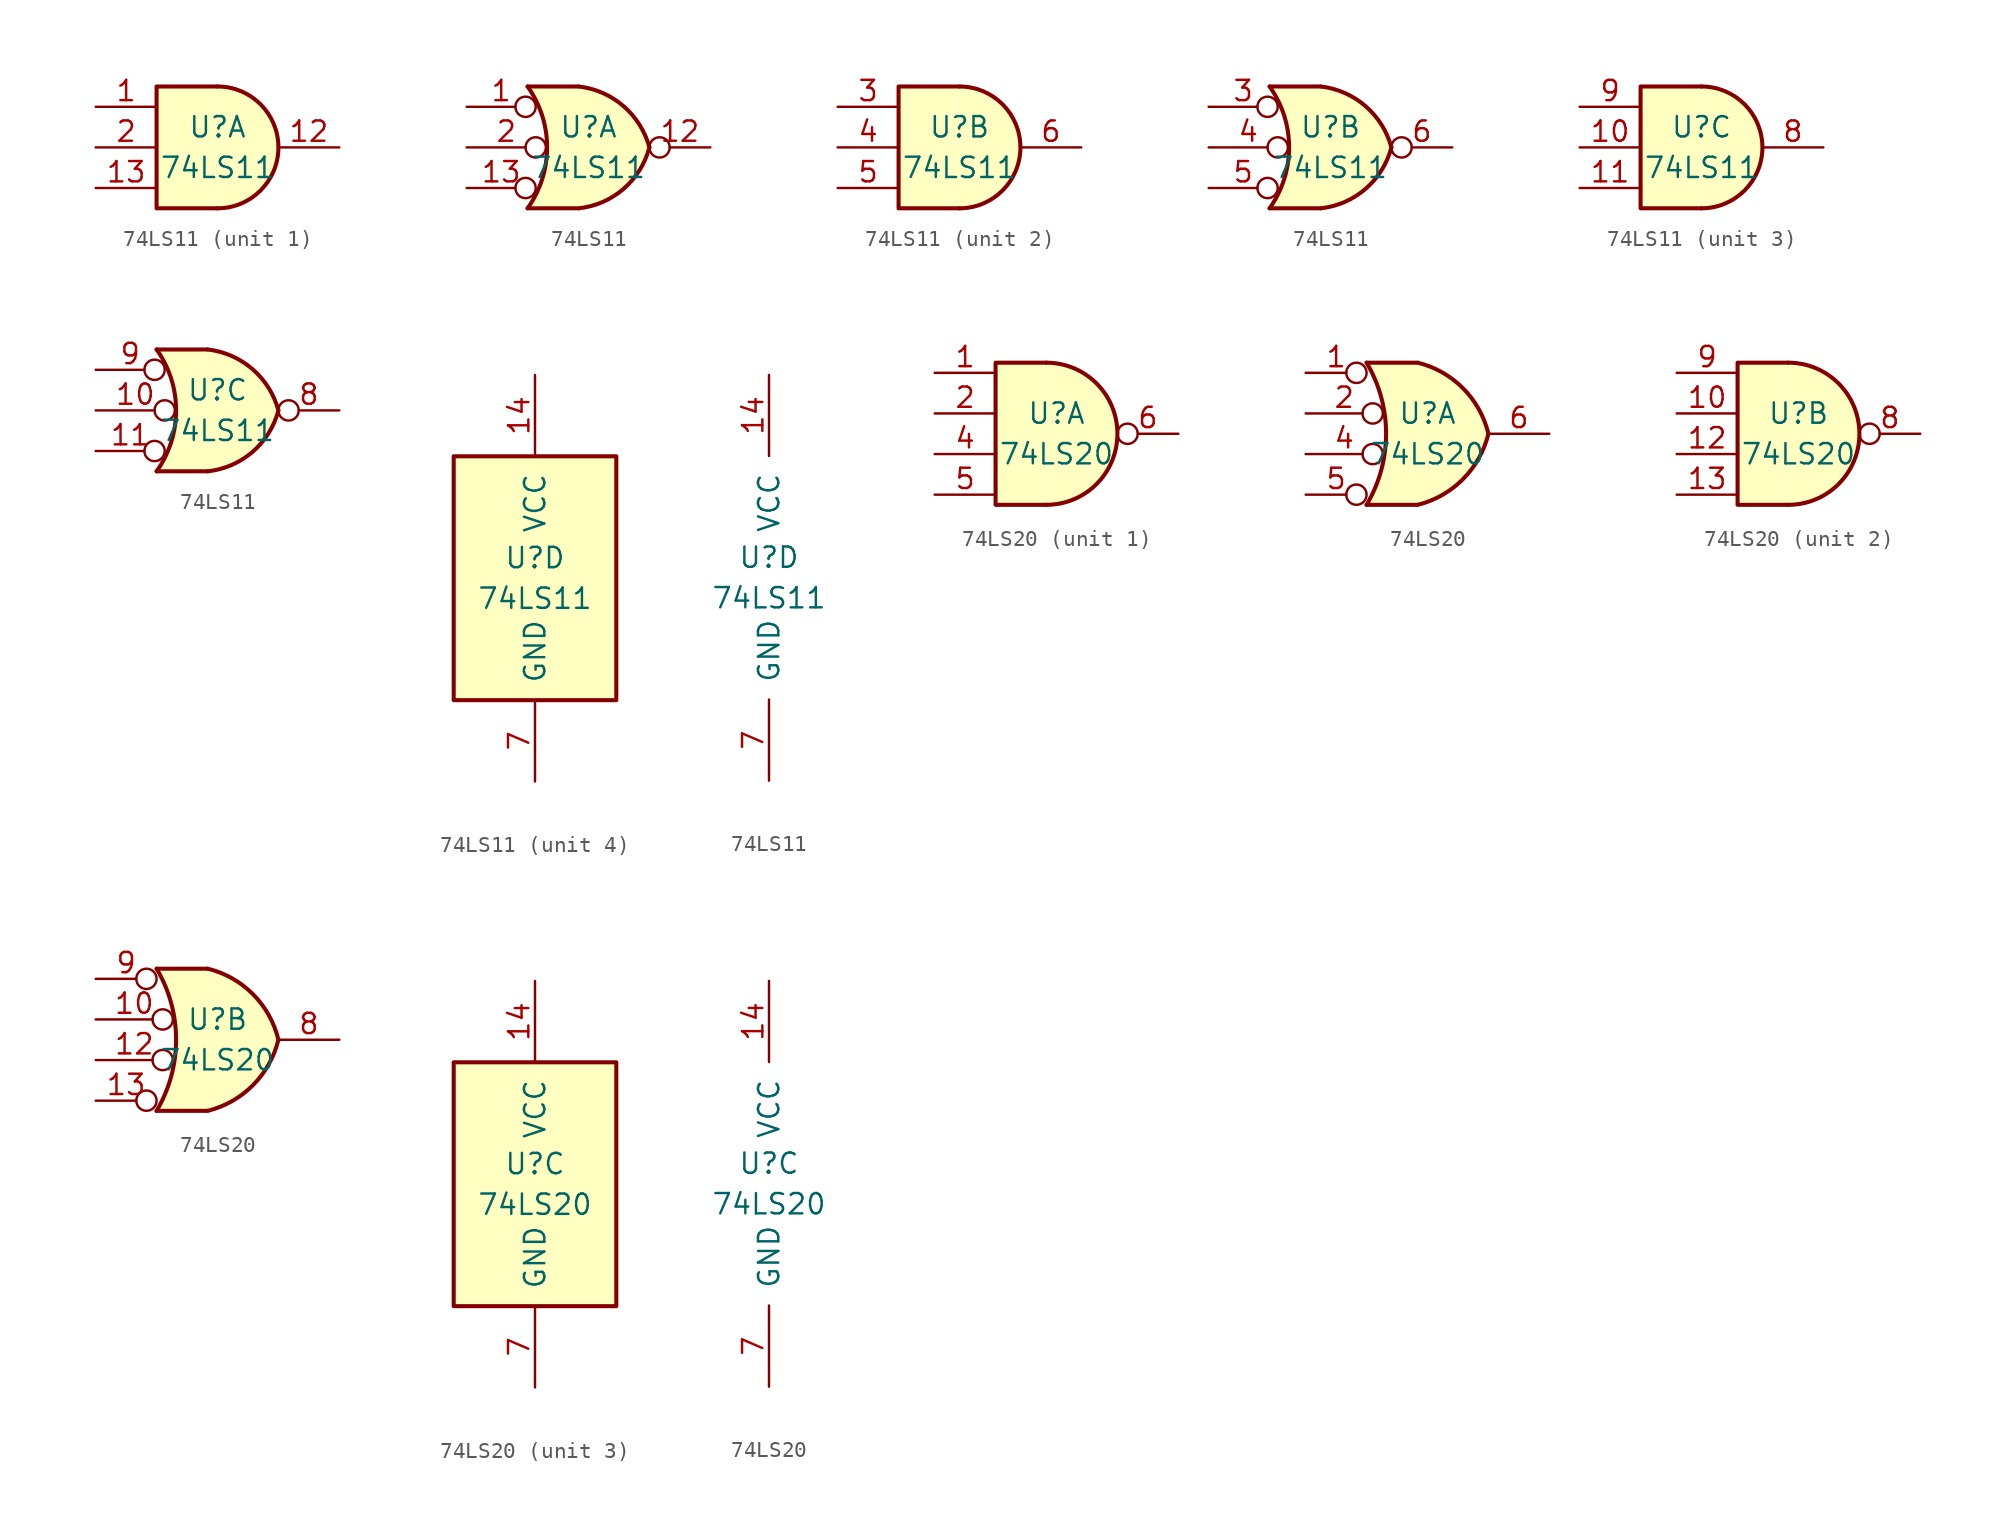
<source format=kicad_sym>
(kicad_symbol_lib
  (version 20241209)
  (generator "kicad_symbol_editor")
  (generator_version "9.0")
  (symbol "74LS11"
    (pin_names
      (offset 1.016))
    (property "Reference" "U"
      (at 0 1.27 0)
      (effects (font (size 1.27 1.27))))
    (property "Value" "74LS11"
      (at 0 -1.27 0)
      (effects (font (size 1.27 1.27))))
    (property "ki_locked" ""
      (at 0 0 0)
      (effects (font (size 1.27 1.27))))
    (symbol "74LS11_1_1"
      (polyline (pts (xy 0 3.81) (xy -3.81 3.81) (xy -3.81 -3.81) (xy 0 -3.81)) (stroke (width 0.254) (type solid)) (fill (type background)))
      (arc (start 0 3.81) (mid 3.81 0) (end 0 -3.81) (stroke (width 0.254) (type solid)) (fill (type background)))
      (pin input line (at -7.62 2.54 0) (length 3.81) (name "~" (effects (font (size 1.27 1.27)))) (number "1" (effects (font (size 1.27 1.27)))))
      (pin input line (at -7.62 0 0) (length 3.81) (name "~" (effects (font (size 1.27 1.27)))) (number "2" (effects (font (size 1.27 1.27)))))
      (pin input line (at -7.62 -2.54 0) (length 3.81) (name "~" (effects (font (size 1.27 1.27)))) (number "13" (effects (font (size 1.27 1.27)))))
      (pin output line (at 7.62 0 180) (length 3.81) (name "~" (effects (font (size 1.27 1.27)))) (number "12" (effects (font (size 1.27 1.27))))))
    (symbol "74LS11_1_2"
      (arc (start -3.81 3.81) (mid -2.589 0) (end -3.81 -3.81) (stroke (width 0.254) (type solid)) (fill (type none)))
      (polyline (pts (xy -3.81 3.81) (xy -0.635 3.81)) (stroke (width 0.254) (type solid)) (fill (type background)))
      (polyline (pts (xy -3.81 -3.81) (xy -0.635 -3.81)) (stroke (width 0.254) (type solid)) (fill (type background)))
      (arc (start 3.81 0) (mid 2.1915 -2.5936) (end -0.6096 -3.81) (stroke (width 0.254) (type solid)) (fill (type background)))
      (arc (start -0.6096 3.81) (mid 2.1842 2.5851) (end 3.81 0) (stroke (width 0.254) (type solid)) (fill (type background)))
      (polyline (pts (xy -0.635 3.81) (xy -3.81 3.81) (xy -3.81 3.81) (xy -3.556 3.404) (xy -3.023 2.261) (xy -2.692 1.041) (xy -2.616 -0.254) (xy -2.769 -1.499) (xy -3.175 -2.718) (xy -3.81 -3.81) (xy -3.81 -3.81) (xy -0.635 -3.81)) (stroke (width -25.4) (type solid)) (fill (type background)))
      (pin input inverted (at -7.62 2.54 0) (length 4.318) (name "~" (effects (font (size 1.27 1.27)))) (number "1" (effects (font (size 1.27 1.27)))))
      (pin input inverted (at -7.62 0 0) (length 4.953) (name "~" (effects (font (size 1.27 1.27)))) (number "2" (effects (font (size 1.27 1.27)))))
      (pin input inverted (at -7.62 -2.54 0) (length 4.318) (name "~" (effects (font (size 1.27 1.27)))) (number "13" (effects (font (size 1.27 1.27)))))
      (pin output inverted (at 7.62 0 180) (length 3.81) (name "~" (effects (font (size 1.27 1.27)))) (number "12" (effects (font (size 1.27 1.27))))))
    (symbol "74LS11_2_1"
      (polyline (pts (xy 0 3.81) (xy -3.81 3.81) (xy -3.81 -3.81) (xy 0 -3.81)) (stroke (width 0.254) (type solid)) (fill (type background)))
      (arc (start 0 3.81) (mid 3.81 0) (end 0 -3.81) (stroke (width 0.254) (type solid)) (fill (type background)))
      (pin input line (at -7.62 2.54 0) (length 3.81) (name "~" (effects (font (size 1.27 1.27)))) (number "3" (effects (font (size 1.27 1.27)))))
      (pin input line (at -7.62 0 0) (length 3.81) (name "~" (effects (font (size 1.27 1.27)))) (number "4" (effects (font (size 1.27 1.27)))))
      (pin input line (at -7.62 -2.54 0) (length 3.81) (name "~" (effects (font (size 1.27 1.27)))) (number "5" (effects (font (size 1.27 1.27)))))
      (pin output line (at 7.62 0 180) (length 3.81) (name "~" (effects (font (size 1.27 1.27)))) (number "6" (effects (font (size 1.27 1.27))))))
    (symbol "74LS11_2_2"
      (arc (start -3.81 3.81) (mid -2.589 0) (end -3.81 -3.81) (stroke (width 0.254) (type solid)) (fill (type none)))
      (polyline (pts (xy -3.81 3.81) (xy -0.635 3.81)) (stroke (width 0.254) (type solid)) (fill (type background)))
      (polyline (pts (xy -3.81 -3.81) (xy -0.635 -3.81)) (stroke (width 0.254) (type solid)) (fill (type background)))
      (arc (start 3.81 0) (mid 2.1915 -2.5936) (end -0.6096 -3.81) (stroke (width 0.254) (type solid)) (fill (type background)))
      (arc (start -0.6096 3.81) (mid 2.1842 2.5851) (end 3.81 0) (stroke (width 0.254) (type solid)) (fill (type background)))
      (polyline (pts (xy -0.635 3.81) (xy -3.81 3.81) (xy -3.81 3.81) (xy -3.556 3.404) (xy -3.023 2.261) (xy -2.692 1.041) (xy -2.616 -0.254) (xy -2.769 -1.499) (xy -3.175 -2.718) (xy -3.81 -3.81) (xy -3.81 -3.81) (xy -0.635 -3.81)) (stroke (width -25.4) (type solid)) (fill (type background)))
      (pin input inverted (at -7.62 2.54 0) (length 4.318) (name "~" (effects (font (size 1.27 1.27)))) (number "3" (effects (font (size 1.27 1.27)))))
      (pin input inverted (at -7.62 0 0) (length 4.953) (name "~" (effects (font (size 1.27 1.27)))) (number "4" (effects (font (size 1.27 1.27)))))
      (pin input inverted (at -7.62 -2.54 0) (length 4.318) (name "~" (effects (font (size 1.27 1.27)))) (number "5" (effects (font (size 1.27 1.27)))))
      (pin output inverted (at 7.62 0 180) (length 3.81) (name "~" (effects (font (size 1.27 1.27)))) (number "6" (effects (font (size 1.27 1.27))))))
    (symbol "74LS11_3_1"
      (polyline (pts (xy 0 3.81) (xy -3.81 3.81) (xy -3.81 -3.81) (xy 0 -3.81)) (stroke (width 0.254) (type solid)) (fill (type background)))
      (arc (start 0 3.81) (mid 3.81 0) (end 0 -3.81) (stroke (width 0.254) (type solid)) (fill (type background)))
      (pin input line (at -7.62 2.54 0) (length 3.81) (name "~" (effects (font (size 1.27 1.27)))) (number "9" (effects (font (size 1.27 1.27)))))
      (pin input line (at -7.62 0 0) (length 3.81) (name "~" (effects (font (size 1.27 1.27)))) (number "10" (effects (font (size 1.27 1.27)))))
      (pin input line (at -7.62 -2.54 0) (length 3.81) (name "~" (effects (font (size 1.27 1.27)))) (number "11" (effects (font (size 1.27 1.27)))))
      (pin output line (at 7.62 0 180) (length 3.81) (name "~" (effects (font (size 1.27 1.27)))) (number "8" (effects (font (size 1.27 1.27))))))
    (symbol "74LS11_3_2"
      (arc (start -3.81 3.81) (mid -2.589 0) (end -3.81 -3.81) (stroke (width 0.254) (type solid)) (fill (type none)))
      (polyline (pts (xy -3.81 3.81) (xy -0.635 3.81)) (stroke (width 0.254) (type solid)) (fill (type background)))
      (polyline (pts (xy -3.81 -3.81) (xy -0.635 -3.81)) (stroke (width 0.254) (type solid)) (fill (type background)))
      (arc (start 3.81 0) (mid 2.1915 -2.5936) (end -0.6096 -3.81) (stroke (width 0.254) (type solid)) (fill (type background)))
      (arc (start -0.6096 3.81) (mid 2.1842 2.5851) (end 3.81 0) (stroke (width 0.254) (type solid)) (fill (type background)))
      (polyline (pts (xy -0.635 3.81) (xy -3.81 3.81) (xy -3.81 3.81) (xy -3.556 3.404) (xy -3.023 2.261) (xy -2.692 1.041) (xy -2.616 -0.254) (xy -2.769 -1.499) (xy -3.175 -2.718) (xy -3.81 -3.81) (xy -3.81 -3.81) (xy -0.635 -3.81)) (stroke (width -25.4) (type solid)) (fill (type background)))
      (pin input inverted (at -7.62 2.54 0) (length 4.318) (name "~" (effects (font (size 1.27 1.27)))) (number "9" (effects (font (size 1.27 1.27)))))
      (pin input inverted (at -7.62 0 0) (length 4.953) (name "~" (effects (font (size 1.27 1.27)))) (number "10" (effects (font (size 1.27 1.27)))))
      (pin input inverted (at -7.62 -2.54 0) (length 4.318) (name "~" (effects (font (size 1.27 1.27)))) (number "11" (effects (font (size 1.27 1.27)))))
      (pin output inverted (at 7.62 0 180) (length 3.81) (name "~" (effects (font (size 1.27 1.27)))) (number "8" (effects (font (size 1.27 1.27))))))
    (symbol "74LS11_4_0"
      (pin power_in line (at 0 12.7 270) (length 5.08) (name "VCC" (effects (font (size 1.27 1.27)))) (number "14" (effects (font (size 1.27 1.27)))))
      (pin power_in line (at 0 -12.7 90) (length 5.08) (name "GND" (effects (font (size 1.27 1.27)))) (number "7" (effects (font (size 1.27 1.27))))))
    (symbol "74LS11_4_1"
      (rectangle (start -5.08 7.62) (end 5.08 -7.62) (stroke (width 0.254) (type solid)) (fill (type background)))))
  (symbol "74LS20"
    (pin_names
      (offset 1.016))
    (property "Reference" "U"
      (at 0 1.27 0)
      (effects (font (size 1.27 1.27))))
    (property "Value" "74LS20"
      (at 0 -1.27 0)
      (effects (font (size 1.27 1.27))))
    (property "ki_locked" ""
      (at 0 0 0)
      (effects (font (size 1.27 1.27))))
    (symbol "74LS20_1_1"
      (polyline (pts (xy -0.635 4.445) (xy -3.81 4.445) (xy -3.81 -4.445) (xy -0.635 -4.445)) (stroke (width 0.254) (type solid)) (fill (type background)))
      (arc (start -0.635 4.445) (mid 3.81 0) (end -0.635 -4.445) (stroke (width 0.254) (type solid)) (fill (type background)))
      (pin input line (at -7.62 3.81 0) (length 3.81) (name "~" (effects (font (size 1.27 1.27)))) (number "1" (effects (font (size 1.27 1.27)))))
      (pin input line (at -7.62 1.27 0) (length 3.81) (name "~" (effects (font (size 1.27 1.27)))) (number "2" (effects (font (size 1.27 1.27)))))
      (pin input line (at -7.62 -1.27 0) (length 3.81) (name "~" (effects (font (size 1.27 1.27)))) (number "4" (effects (font (size 1.27 1.27)))))
      (pin input line (at -7.62 -3.81 0) (length 3.81) (name "~" (effects (font (size 1.27 1.27)))) (number "5" (effects (font (size 1.27 1.27)))))
      (pin output inverted (at 7.62 0 180) (length 3.81) (name "~" (effects (font (size 1.27 1.27)))) (number "6" (effects (font (size 1.27 1.27))))))
    (symbol "74LS20_1_2"
      (arc (start -3.81 4.445) (mid -2.5908 0) (end -3.81 -4.445) (stroke (width 0.254) (type solid)) (fill (type none)))
      (polyline (pts (xy -3.81 4.445) (xy -0.635 4.445)) (stroke (width 0.254) (type solid)) (fill (type background)))
      (polyline (pts (xy -3.81 -4.445) (xy -0.635 -4.445)) (stroke (width 0.254) (type solid)) (fill (type background)))
      (arc (start 3.81 0) (mid 2.2204 -2.8379) (end -0.6096 -4.445) (stroke (width 0.254) (type solid)) (fill (type background)))
      (arc (start -0.6096 4.445) (mid 2.2246 2.8422) (end 3.81 0) (stroke (width 0.254) (type solid)) (fill (type background)))
      (polyline (pts (xy -0.635 4.445) (xy -3.81 4.445) (xy -3.81 4.445) (xy -3.632 4.089) (xy -3.099 2.921) (xy -2.769 1.676) (xy -2.616 0.432) (xy -2.642 -0.864) (xy -2.87 -2.108) (xy -3.251 -3.327) (xy -3.81 -4.445) (xy -3.81 -4.445) (xy -0.635 -4.445)) (stroke (width -25.4) (type solid)) (fill (type background)))
      (pin input inverted (at -7.62 3.81 0) (length 3.81) (name "~" (effects (font (size 1.27 1.27)))) (number "1" (effects (font (size 1.27 1.27)))))
      (pin input inverted (at -7.62 1.27 0) (length 4.826) (name "~" (effects (font (size 1.27 1.27)))) (number "2" (effects (font (size 1.27 1.27)))))
      (pin input inverted (at -7.62 -1.27 0) (length 4.826) (name "~" (effects (font (size 1.27 1.27)))) (number "4" (effects (font (size 1.27 1.27)))))
      (pin input inverted (at -7.62 -3.81 0) (length 3.81) (name "~" (effects (font (size 1.27 1.27)))) (number "5" (effects (font (size 1.27 1.27)))))
      (pin output line (at 7.62 0 180) (length 3.81) (name "~" (effects (font (size 1.27 1.27)))) (number "6" (effects (font (size 1.27 1.27))))))
    (symbol "74LS20_2_1"
      (polyline (pts (xy -0.635 4.445) (xy -3.81 4.445) (xy -3.81 -4.445) (xy -0.635 -4.445)) (stroke (width 0.254) (type solid)) (fill (type background)))
      (arc (start -0.635 4.445) (mid 3.81 0) (end -0.635 -4.445) (stroke (width 0.254) (type solid)) (fill (type background)))
      (pin input line (at -7.62 3.81 0) (length 3.81) (name "~" (effects (font (size 1.27 1.27)))) (number "9" (effects (font (size 1.27 1.27)))))
      (pin input line (at -7.62 1.27 0) (length 3.81) (name "~" (effects (font (size 1.27 1.27)))) (number "10" (effects (font (size 1.27 1.27)))))
      (pin input line (at -7.62 -1.27 0) (length 3.81) (name "~" (effects (font (size 1.27 1.27)))) (number "12" (effects (font (size 1.27 1.27)))))
      (pin input line (at -7.62 -3.81 0) (length 3.81) (name "~" (effects (font (size 1.27 1.27)))) (number "13" (effects (font (size 1.27 1.27)))))
      (pin output inverted (at 7.62 0 180) (length 3.81) (name "~" (effects (font (size 1.27 1.27)))) (number "8" (effects (font (size 1.27 1.27))))))
    (symbol "74LS20_2_2"
      (arc (start -3.81 4.445) (mid -2.5908 0) (end -3.81 -4.445) (stroke (width 0.254) (type solid)) (fill (type none)))
      (polyline (pts (xy -3.81 4.445) (xy -0.635 4.445)) (stroke (width 0.254) (type solid)) (fill (type background)))
      (polyline (pts (xy -3.81 -4.445) (xy -0.635 -4.445)) (stroke (width 0.254) (type solid)) (fill (type background)))
      (arc (start 3.81 0) (mid 2.2204 -2.8379) (end -0.6096 -4.445) (stroke (width 0.254) (type solid)) (fill (type background)))
      (arc (start -0.6096 4.445) (mid 2.2246 2.8422) (end 3.81 0) (stroke (width 0.254) (type solid)) (fill (type background)))
      (polyline (pts (xy -0.635 4.445) (xy -3.81 4.445) (xy -3.81 4.445) (xy -3.632 4.089) (xy -3.099 2.921) (xy -2.769 1.676) (xy -2.616 0.432) (xy -2.642 -0.864) (xy -2.87 -2.108) (xy -3.251 -3.327) (xy -3.81 -4.445) (xy -3.81 -4.445) (xy -0.635 -4.445)) (stroke (width -25.4) (type solid)) (fill (type background)))
      (pin input inverted (at -7.62 3.81 0) (length 3.81) (name "~" (effects (font (size 1.27 1.27)))) (number "9" (effects (font (size 1.27 1.27)))))
      (pin input inverted (at -7.62 1.27 0) (length 4.826) (name "~" (effects (font (size 1.27 1.27)))) (number "10" (effects (font (size 1.27 1.27)))))
      (pin input inverted (at -7.62 -1.27 0) (length 4.826) (name "~" (effects (font (size 1.27 1.27)))) (number "12" (effects (font (size 1.27 1.27)))))
      (pin input inverted (at -7.62 -3.81 0) (length 3.81) (name "~" (effects (font (size 1.27 1.27)))) (number "13" (effects (font (size 1.27 1.27)))))
      (pin output line (at 7.62 0 180) (length 3.81) (name "~" (effects (font (size 1.27 1.27)))) (number "8" (effects (font (size 1.27 1.27))))))
    (symbol "74LS20_3_0"
      (pin power_in line (at 0 12.7 270) (length 5.08) (name "VCC" (effects (font (size 1.27 1.27)))) (number "14" (effects (font (size 1.27 1.27)))))
      (pin power_in line (at 0 -12.7 90) (length 5.08) (name "GND" (effects (font (size 1.27 1.27)))) (number "7" (effects (font (size 1.27 1.27))))))
    (symbol "74LS20_3_1"
      (rectangle (start -5.08 7.62) (end 5.08 -7.62) (stroke (width 0.254) (type solid)) (fill (type background))))))
</source>
